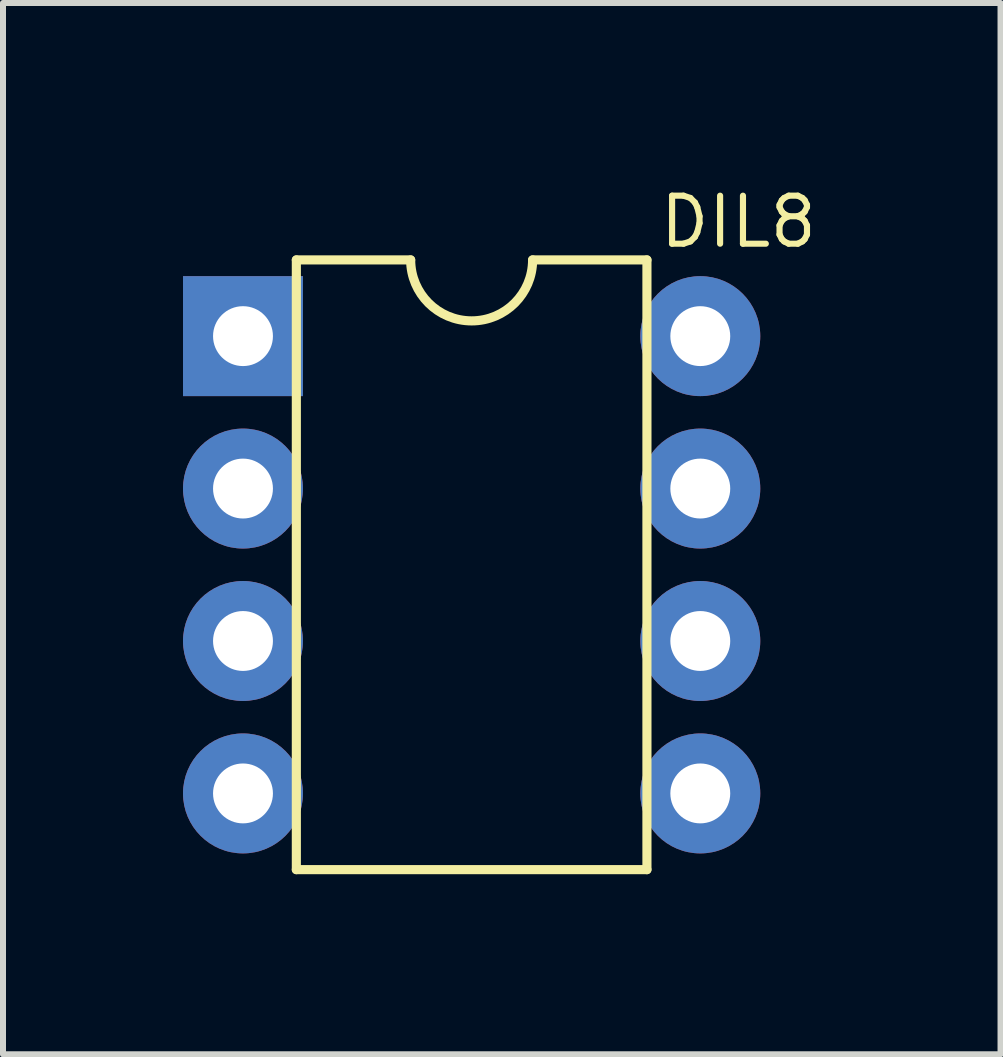
<source format=kicad_pcb>
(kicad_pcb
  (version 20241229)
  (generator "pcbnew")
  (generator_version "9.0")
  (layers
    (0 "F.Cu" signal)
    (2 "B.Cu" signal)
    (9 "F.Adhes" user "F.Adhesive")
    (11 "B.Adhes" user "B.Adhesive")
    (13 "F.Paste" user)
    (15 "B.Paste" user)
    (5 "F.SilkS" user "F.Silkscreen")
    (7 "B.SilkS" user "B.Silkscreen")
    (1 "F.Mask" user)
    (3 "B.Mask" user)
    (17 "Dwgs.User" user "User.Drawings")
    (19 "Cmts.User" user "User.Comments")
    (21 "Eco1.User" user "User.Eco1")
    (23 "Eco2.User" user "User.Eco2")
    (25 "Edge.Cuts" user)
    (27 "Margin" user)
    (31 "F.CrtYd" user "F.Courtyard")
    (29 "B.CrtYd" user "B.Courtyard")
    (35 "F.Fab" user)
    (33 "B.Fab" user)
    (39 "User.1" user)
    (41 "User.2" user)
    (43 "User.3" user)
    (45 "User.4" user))
  (footprint "DIL8"
    (layer "F.Cu")
    (at 4.809 6.361)
    (property "Reference" "DIL8" (at 4.445 -5.715 180) (layer "F.SilkS") (effects (font (size 0.8 0.8) (thickness 0.102))))
    (attr exclude_from_pos_files exclude_from_bom)
    (fp_line (start -2.921 -5.08) (end -2.921 5.08) (stroke (width 0.152) (type solid)) (layer "F.SilkS"))
    (fp_line (start -2.921 -5.08) (end -1.016 -5.08) (stroke (width 0.152) (type solid)) (layer "F.SilkS"))
    (fp_line (start 2.921 -5.08) (end 1.016 -5.08) (stroke (width 0.152) (type solid)) (layer "F.SilkS"))
    (fp_line (start 2.921 5.08) (end -2.921 5.08) (stroke (width 0.152) (type solid)) (layer "F.SilkS"))
    (fp_line (start 2.921 5.08) (end 2.921 -5.08) (stroke (width 0.152) (type solid)) (layer "F.SilkS"))
    (fp_arc (start 1.016 -5.08) (mid 0 -4.064) (end -1.016 -5.08) (stroke (width 0.1524) (type solid)) (layer "F.SilkS"))
    (pad "1" thru_hole rect (at -3.81 -3.81) (size 1.999 1.999) (drill 0.998) (layers "*.Cu" "*.Paste" "*.Mask"))
    (pad "2" thru_hole circle (at -3.81 -1.27) (size 1.999 1.999) (drill 0.998) (layers "*.Cu" "*.Paste" "*.Mask"))
    (pad "3" thru_hole circle (at -3.81 1.27) (size 1.999 1.999) (drill 0.998) (layers "*.Cu" "*.Paste" "*.Mask"))
    (pad "4" thru_hole circle (at -3.81 3.81) (size 1.999 1.999) (drill 0.998) (layers "*.Cu" "*.Paste" "*.Mask"))
    (pad "5" thru_hole circle (at 3.81 3.81) (size 1.999 1.999) (drill 0.998) (layers "*.Cu" "*.Paste" "*.Mask"))
    (pad "6" thru_hole circle (at 3.81 1.27) (size 1.999 1.999) (drill 0.998) (layers "*.Cu" "*.Paste" "*.Mask"))
    (pad "7" thru_hole circle (at 3.81 -1.27) (size 1.999 1.999) (drill 0.998) (layers "*.Cu" "*.Paste" "*.Mask"))
    (pad "8" thru_hole circle (at 3.81 -3.81) (size 1.999 1.999) (drill 0.998) (layers "*.Cu" "*.Paste" "*.Mask")))
  (gr_rect
    (start -3 -3)
    (end 13.622 14.518)
    (stroke (width 0.1) (type default))
    (fill no)
    (layer "Edge.Cuts")))
</source>
